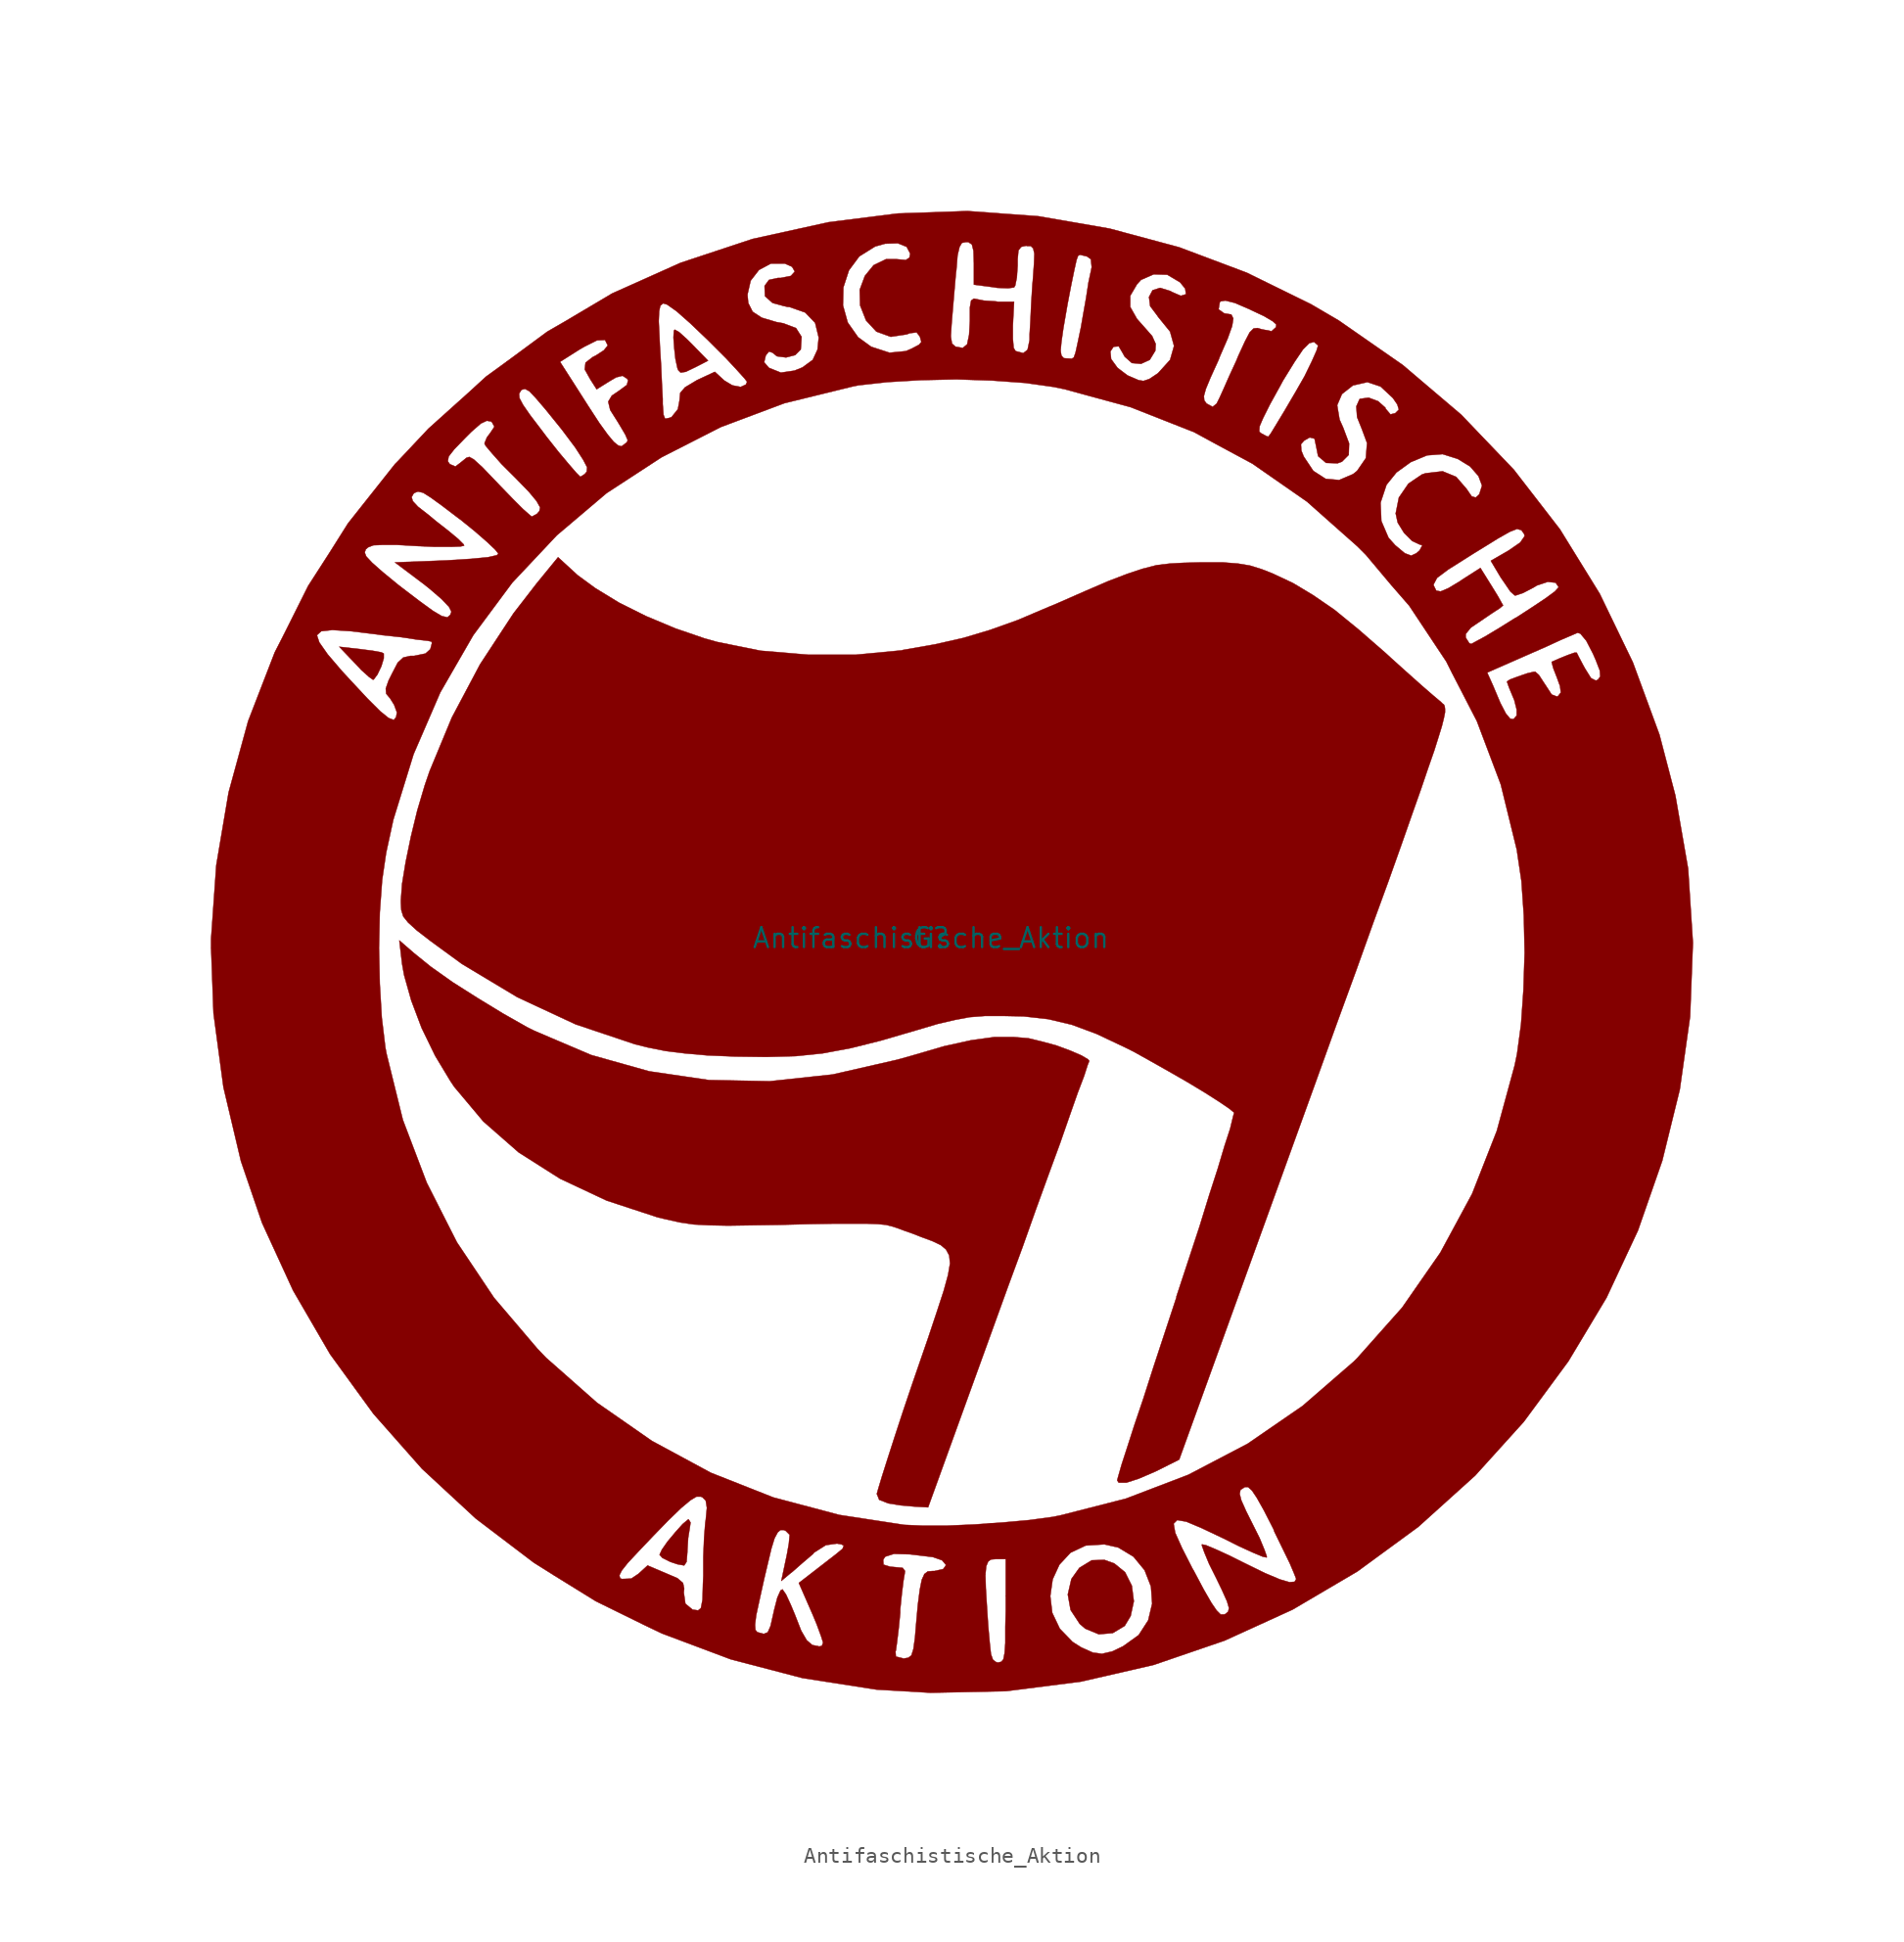
<source format=kicad_sym>
(kicad_symbol_lib
  (version 20220914)
  (generator kicad_symbol_editor)
  (symbol "Antifaschistische_Aktion"
    (pin_names
      (offset 1.016))
    (property "Reference" "G"
      (at -1.27 3.81 0)
      (effects (font (size 1.27 1.27))))
    (property "Value" "Antifaschistische_Aktion"
      (at -1.27 3.81 0)
      (effects (font (size 1.27 1.27))))
    (symbol "Antifaschistische_Aktion_1_1"
      (polyline (pts (xy -36.83 20.32) (xy -36.601 20.625) (xy -36.347 21.158) (xy -36.195 21.666) (xy -36.195 21.971) (xy -36.347 22.047) (xy -36.906 22.149) (xy -37.694 22.25) (xy -39.04 22.403) (xy -38.049 21.361) (xy -37.617 20.904) (xy -37.135 20.472) (xy -36.881 20.295) (xy -36.83 20.32)) (stroke (width 0.025) (type default)) (fill (type outline)))
      (polyline (pts (xy -16.916 39.954) (xy -16.281 40.259) (xy -15.494 40.665) (xy -16.459 41.656) (xy -16.866 42.062) (xy -17.348 42.494) (xy -17.628 42.647) (xy -17.678 42.57) (xy -17.704 42.139) (xy -17.653 41.453) (xy -17.577 40.767) (xy -17.45 40.183) (xy -17.399 40.056) (xy -17.247 39.903) (xy -16.916 39.954)) (stroke (width 0.025) (type default)) (fill (type outline)))
      (polyline (pts (xy 10.338 -40.564) (xy 11.1 -40.107) (xy 11.481 -39.472) (xy 11.684 -38.532) (xy 11.557 -37.541) (xy 11.125 -36.678) (xy 10.439 -36.119) (xy 9.804 -35.89) (xy 8.992 -35.916) (xy 8.204 -36.398) (xy 7.696 -37.109) (xy 7.468 -38.1) (xy 7.645 -39.091) (xy 8.23 -39.98) (xy 8.585 -40.284) (xy 9.449 -40.64) (xy 10.338 -40.564)) (stroke (width 0.025) (type default)) (fill (type outline)))
      (polyline (pts (xy -16.866 -36.017) (xy -16.815 -35.382) (xy -16.815 -35.306) (xy -16.764 -34.493) (xy -16.662 -33.858) (xy -16.612 -33.503) (xy -16.739 -33.299) (xy -16.789 -33.325) (xy -17.12 -33.604) (xy -17.577 -34.112) (xy -18.085 -34.722) (xy -18.44 -35.23) (xy -18.593 -35.56) (xy -18.415 -35.763) (xy -17.907 -36.017) (xy -17.45 -36.17) (xy -17.018 -36.246) (xy -16.866 -36.017)) (stroke (width 0.025) (type default)) (fill (type outline)))
      (polyline (pts (xy 3.683 -18.364) (xy 4.572 -15.951) (xy 5.436 -13.513) (xy 6.248 -11.278) (xy 6.985 -9.271) (xy 7.595 -7.518) (xy 8.103 -6.071) (xy 8.509 -5.004) (xy 8.738 -4.293) (xy 8.839 -4.039) (xy 8.763 -3.937) (xy 8.331 -3.683) (xy 7.62 -3.378) (xy 6.731 -3.048) (xy 5.791 -2.794) (xy 4.953 -2.591) (xy 4.039 -2.515) (xy 2.769 -2.515) (xy 1.295 -2.718) (xy -0.432 -3.099) (xy -2.515 -3.708) (xy -3.429 -3.962) (xy -7.544 -4.902) (xy -11.557 -5.334) (xy -15.443 -5.258) (xy -19.253 -4.699) (xy -22.962 -3.658) (xy -26.594 -2.108) (xy -27.051 -1.88) (xy -28.575 -1.016) (xy -30.201 -0.025) (xy -31.801 0.991) (xy -33.198 1.981) (xy -34.265 2.845) (xy -35.204 3.658) (xy -35.027 2.159) (xy -34.9 1.448) (xy -34.442 -0.178) (xy -33.782 -1.93) (xy -32.918 -3.708) (xy -31.953 -5.309) (xy -31.699 -5.69) (xy -29.845 -7.899) (xy -27.584 -9.881) (xy -24.943 -11.557) (xy -21.971 -12.954) (xy -18.72 -14.021) (xy -18.186 -14.148) (xy -17.272 -14.351) (xy -16.408 -14.478) (xy -15.418 -14.529) (xy -14.224 -14.554) (xy -12.624 -14.529) (xy -10.922 -14.503) (xy -8.992 -14.453) (xy -7.468 -14.427) (xy -5.359 -14.427) (xy -4.674 -14.453) (xy -4.14 -14.503) (xy -3.734 -14.605) (xy -3.353 -14.732) (xy -2.946 -14.884) (xy -2.438 -15.062) (xy -1.854 -15.291) (xy -1.168 -15.545) (xy -0.635 -15.799) (xy -0.305 -16.078) (xy -0.102 -16.459) (xy -0.051 -16.967) (xy -0.178 -17.704) (xy -0.457 -18.72) (xy -0.889 -20.041) (xy -1.448 -21.717) (xy -2.184 -23.851) (xy -2.438 -24.587) (xy -3.048 -26.391) (xy -3.581 -28.016) (xy -4.039 -29.439) (xy -4.394 -30.556) (xy -4.623 -31.318) (xy -4.724 -31.674) (xy -4.572 -32.055) (xy -3.988 -32.283) (xy -3.2 -32.41) (xy -2.337 -32.487) (xy -1.448 -32.537) (xy 3.683 -18.364)) (stroke (width 0.025) (type default)) (fill (type outline)))
      (polyline (pts (xy 11.989 -30.709) (xy 13.056 -30.251) (xy 14.58 -29.489) (xy 23.241 -5.537) (xy 24.613 -1.727) (xy 25.883 1.753) (xy 26.975 4.801) (xy 27.94 7.442) (xy 28.753 9.728) (xy 29.439 11.684) (xy 30.023 13.335) (xy 30.48 14.681) (xy 30.861 15.773) (xy 31.14 16.662) (xy 31.344 17.323) (xy 31.471 17.831) (xy 31.547 18.212) (xy 31.547 18.44) (xy 31.521 18.618) (xy 31.471 18.72) (xy 31.394 18.771) (xy 31.293 18.872) (xy 30.81 19.279) (xy 30.048 19.939) (xy 29.108 20.777) (xy 28.092 21.692) (xy 27.762 21.996) (xy 26.01 23.52) (xy 24.486 24.765) (xy 23.114 25.705) (xy 21.844 26.467) (xy 20.549 27.076) (xy 19.837 27.356) (xy 19.101 27.584) (xy 18.339 27.711) (xy 17.374 27.788) (xy 15.926 27.788) (xy 14.884 27.762) (xy 13.97 27.711) (xy 13.132 27.61) (xy 12.243 27.381) (xy 11.252 27.051) (xy 10.058 26.594) (xy 8.585 25.959) (xy 6.731 25.146) (xy 6.299 24.968) (xy 4.267 24.105) (xy 2.489 23.47) (xy 0.787 22.962) (xy -1.016 22.555) (xy -3.048 22.2) (xy -3.124 22.174) (xy -6.045 21.895) (xy -9.119 21.895) (xy -12.141 22.149) (xy -14.91 22.708) (xy -15.723 22.936) (xy -17.577 23.571) (xy -19.456 24.359) (xy -21.184 25.222) (xy -22.682 26.137) (xy -23.825 26.975) (xy -25.07 28.118) (xy -26.441 26.441) (xy -27.915 24.536) (xy -30.048 21.285) (xy -31.852 17.882) (xy -33.274 14.453) (xy -33.579 13.564) (xy -34.061 11.938) (xy -34.468 10.262) (xy -34.798 8.661) (xy -35.027 7.264) (xy -35.103 6.223) (xy -35.103 6.071) (xy -35.077 5.588) (xy -34.95 5.182) (xy -34.646 4.801) (xy -34.087 4.293) (xy -33.198 3.607) (xy -31.217 2.159) (xy -27.661 0.025) (xy -23.952 -1.702) (xy -20.168 -2.972) (xy -19.355 -3.175) (xy -18.212 -3.404) (xy -16.993 -3.556) (xy -15.57 -3.683) (xy -13.767 -3.759) (xy -11.786 -3.785) (xy -9.906 -3.734) (xy -8.179 -3.556) (xy -6.401 -3.226) (xy -4.47 -2.743) (xy -2.21 -2.083) (xy -0.838 -1.676) (xy 0.254 -1.422) (xy 1.194 -1.245) (xy 2.184 -1.168) (xy 3.378 -1.168) (xy 4.648 -1.194) (xy 6.223 -1.372) (xy 7.722 -1.727) (xy 9.296 -2.311) (xy 11.125 -3.175) (xy 11.684 -3.454) (xy 12.776 -4.064) (xy 13.945 -4.724) (xy 15.138 -5.41) (xy 16.231 -6.071) (xy 17.145 -6.655) (xy 17.78 -7.087) (xy 18.085 -7.341) (xy 18.009 -7.62) (xy 17.831 -8.357) (xy 17.475 -9.449) (xy 17.043 -10.897) (xy 16.485 -12.624) (xy 15.875 -14.605) (xy 15.164 -16.764) (xy 14.402 -19.075) (xy 14.402 -19.126) (xy 13.64 -21.438) (xy 12.929 -23.597) (xy 12.294 -25.578) (xy 11.709 -27.305) (xy 11.252 -28.727) (xy 10.897 -29.82) (xy 10.693 -30.531) (xy 10.617 -30.81) (xy 10.719 -30.963) (xy 11.201 -30.963) (xy 11.989 -30.709)) (stroke (width 0.025) (type default)) (fill (type outline)))
      (polyline (pts (xy 3.531 -44.272) (xy 8.306 -43.663) (xy 12.954 -42.596) (xy 17.475 -41.046) (xy 21.819 -39.065) (xy 25.959 -36.627) (xy 29.845 -33.782) (xy 33.477 -30.505) (xy 36.576 -27.076) (xy 39.421 -23.216) (xy 41.859 -19.152) (xy 43.866 -14.859) (xy 45.415 -10.414) (xy 46.533 -5.867) (xy 47.193 -1.194) (xy 47.371 3.505) (xy 47.066 8.23) (xy 46.253 12.903) (xy 45.237 16.789) (xy 43.536 21.412) (xy 41.427 25.781) (xy 38.887 29.896) (xy 35.941 33.706) (xy 32.588 37.211) (xy 28.854 40.386) (xy 24.765 43.231) (xy 22.987 44.272) (xy 18.898 46.279) (xy 14.58 47.904) (xy 10.135 49.098) (xy 5.588 49.886) (xy 1.067 50.216) (xy -3.378 50.063) (xy -7.798 49.505) (xy -12.649 48.438) (xy -17.247 46.914) (xy -21.615 44.958) (xy -21.742 44.882) (xy -12.979 44.882) (xy -12.776 45.771) (xy -12.243 46.457) (xy -11.481 46.863) (xy -10.592 46.863) (xy -10.135 46.66) (xy -9.957 46.355) (xy -10.211 46.076) (xy -10.846 45.949) (xy -11.024 45.949) (xy -11.608 45.822) (xy -11.887 45.441) (xy -11.887 45.364) (xy -11.862 44.78) (xy -11.379 44.348) (xy -10.82 44.196) (xy -6.883 44.196) (xy -6.858 45.339) (xy -6.502 46.431) (xy -5.842 47.32) (xy -4.826 47.955) (xy -4.191 48.133) (xy -3.378 48.158) (xy -2.819 47.93) (xy -2.591 47.498) (xy -2.642 47.244) (xy -2.87 47.092) (xy -3.454 47.142) (xy -4.14 47.142) (xy -4.928 46.761) (xy -5.486 46.076) (xy -5.817 45.187) (xy -5.791 44.196) (xy -5.41 43.231) (xy -4.75 42.52) (xy -3.835 42.189) (xy -2.819 42.342) (xy -2.616 42.418) (xy -2.184 42.469) (xy -1.981 42.215) (xy 0 42.215) (xy 0.051 43.002) (xy 0.127 43.917) (xy 0.229 45.11) (xy 0.33 46.279) (xy 0.356 46.457) (xy 0.432 47.396) (xy 0.559 47.93) (xy 0.711 48.184) (xy 0.965 48.235) (xy 1.118 48.235) (xy 1.346 48.082) (xy 1.448 47.676) (xy 1.473 46.888) (xy 1.473 45.517) (xy 2.642 45.364) (xy 2.972 45.314) (xy 3.658 45.288) (xy 4.039 45.339) (xy 4.115 45.466) (xy 4.216 45.974) (xy 4.267 46.736) (xy 4.267 47.142) (xy 4.318 47.701) (xy 4.496 47.93) (xy 4.826 48.006) (xy 4.851 47.981) (xy 5.105 47.981) (xy 5.258 47.828) (xy 5.334 47.498) (xy 5.309 46.838) (xy 5.232 45.771) (xy 5.207 45.517) (xy 5.131 44.298) (xy 5.08 43.18) (xy 5.029 42.342) (xy 5.029 41.986) (xy 4.902 41.377) (xy 4.826 41.3) (xy 7.01 41.3) (xy 7.061 41.859) (xy 7.188 42.748) (xy 7.417 44.069) (xy 7.442 44.221) (xy 7.671 45.415) (xy 7.874 46.406) (xy 8.026 47.092) (xy 8.128 47.371) (xy 8.255 47.422) (xy 8.687 47.32) (xy 8.941 47.142) (xy 8.992 46.634) (xy 8.941 46.38) (xy 8.788 45.669) (xy 8.636 44.679) (xy 8.433 43.536) (xy 8.306 42.799) (xy 8.103 41.834) (xy 7.976 41.25) (xy 10.185 41.25) (xy 10.389 41.554) (xy 10.719 41.58) (xy 10.973 41.148) (xy 11.1 40.919) (xy 11.557 40.513) (xy 12.141 40.462) (xy 12.7 40.716) (xy 13.056 41.3) (xy 13.081 41.732) (xy 12.852 42.24) (xy 12.294 42.875) (xy 11.887 43.332) (xy 11.455 44.094) (xy 11.455 44.806) (xy 11.887 45.542) (xy 12.141 45.822) (xy 12.954 46.177) (xy 13.818 46.152) (xy 14.63 45.669) (xy 14.961 45.263) (xy 15.011 44.907) (xy 14.681 44.806) (xy 14.097 45.06) (xy 14.021 45.11) (xy 13.36 45.314) (xy 12.878 45.161) (xy 12.649 44.729) (xy 12.725 44.145) (xy 13.183 43.536) (xy 13.233 43.459) (xy 13.995 42.52) (xy 14.249 41.605) (xy 13.995 40.716) (xy 13.259 39.903) (xy 13.208 39.853) (xy 12.675 39.497) (xy 12.294 39.37) (xy 11.989 39.421) (xy 11.278 39.726) (xy 10.643 40.208) (xy 10.236 40.767) (xy 10.185 41.25) (xy 7.976 41.25) (xy 7.95 41.148) (xy 7.849 40.869) (xy 7.722 40.792) (xy 7.264 40.818) (xy 7.188 40.843) (xy 7.061 40.996) (xy 7.01 41.3) (xy 4.826 41.3) (xy 4.623 41.148) (xy 4.14 41.275) (xy 4.013 41.478) (xy 3.962 42.062) (xy 3.962 42.901) (xy 4.039 44.425) (xy 3.023 44.425) (xy 2.87 44.45) (xy 2.108 44.501) (xy 1.473 44.628) (xy 1.295 44.501) (xy 1.219 44.069) (xy 1.219 43.205) (xy 1.168 42.316) (xy 1.041 41.707) (xy 0.762 41.478) (xy 0.33 41.554) (xy 0.305 41.554) (xy 0.076 41.758) (xy 0 42.215) (xy -1.981 42.215) (xy -1.956 42.139) (xy -1.88 41.859) (xy -2.032 41.681) (xy -2.515 41.427) (xy -2.87 41.275) (xy -3.912 41.173) (xy -5.08 41.554) (xy -5.918 42.164) (xy -6.579 43.104) (xy -6.883 44.196) (xy -10.82 44.196) (xy -10.414 44.094) (xy -10.312 44.094) (xy -9.296 43.739) (xy -8.661 43.078) (xy -8.433 42.139) (xy -8.509 41.377) (xy -8.814 40.716) (xy -9.474 40.234) (xy -9.982 40.03) (xy -10.846 39.903) (xy -11.608 40.208) (xy -11.913 40.564) (xy -11.811 40.996) (xy -11.608 41.25) (xy -11.379 41.173) (xy -11.1 40.945) (xy -10.516 40.869) (xy -9.931 41.021) (xy -9.576 41.377) (xy -9.525 42.189) (xy -9.881 42.748) (xy -10.693 43.053) (xy -11.125 43.129) (xy -12.065 43.409) (xy -12.649 43.79) (xy -12.929 44.348) (xy -12.979 44.882) (xy -21.742 44.882) (xy -24.613 43.18) (xy -18.644 43.18) (xy -18.618 43.815) (xy -18.542 44.171) (xy -18.364 44.323) (xy -18.11 44.247) (xy -17.501 43.815) (xy -16.637 43.053) (xy -15.519 41.986) (xy -14.351 40.818) (xy -13.665 40.081) (xy -13.183 39.548) (xy -13.005 39.319) (xy -13.081 39.141) (xy -13.411 38.989) (xy -13.945 39.091) (xy -14.453 39.395) (xy -15.062 39.954) (xy -16.205 39.421) (xy -16.967 38.964) (xy -17.272 38.608) (xy -17.323 38.1) (xy -17.424 37.567) (xy -17.831 37.059) (xy -17.983 37.008) (xy -18.237 36.957) (xy -18.339 37.211) (xy -18.39 37.897) (xy -18.39 38.227) (xy -18.44 39.167) (xy -18.491 40.335) (xy -18.567 41.58) (xy -18.593 42.139) (xy -18.644 43.18) (xy -24.613 43.18) (xy -25.756 42.52) (xy -28.372 40.589) (xy -24.943 40.589) (xy -23.698 41.377) (xy -23.393 41.554) (xy -22.581 41.961) (xy -22.073 41.986) (xy -21.895 41.631) (xy -21.92 41.605) (xy -22.149 41.326) (xy -22.657 40.996) (xy -22.86 40.894) (xy -23.317 40.538) (xy -23.368 40.107) (xy -23.012 39.472) (xy -22.606 38.837) (xy -21.793 39.345) (xy -21.361 39.599) (xy -20.955 39.7) (xy -20.676 39.522) (xy -20.599 39.421) (xy -20.676 39.116) (xy -21.158 38.76) (xy -21.641 38.43) (xy -21.869 38.049) (xy -21.742 37.516) (xy -21.26 36.754) (xy -21.107 36.5) (xy -20.777 35.941) (xy -20.625 35.585) (xy -20.676 35.458) (xy -21.006 35.204) (xy -21.057 35.204) (xy -21.234 35.255) (xy -21.514 35.484) (xy -21.895 35.941) (xy -22.428 36.678) (xy -23.139 37.77) (xy -24.079 39.243) (xy -24.943 40.589) (xy -28.372 40.589) (xy -29.667 39.649) (xy -30.861 38.557) (xy -27.559 38.557) (xy -27.432 38.76) (xy -27.381 38.811) (xy -27.178 38.862) (xy -26.899 38.71) (xy -26.492 38.278) (xy -25.883 37.567) (xy -25.019 36.5) (xy -24.816 36.246) (xy -23.978 35.128) (xy -23.47 34.341) (xy -23.216 33.858) (xy -23.241 33.579) (xy -23.368 33.426) (xy -23.647 33.249) (xy -23.901 33.503) (xy -24.384 34.061) (xy -25.044 34.849) (xy -25.806 35.814) (xy -26.111 36.22) (xy -26.848 37.186) (xy -27.305 37.846) (xy -27.534 38.278) (xy -27.559 38.557) (xy -30.861 38.557) (xy -33.35 36.322) (xy -35.306 34.239) (xy -32.106 34.239) (xy -32.055 34.544) (xy -31.699 35.001) (xy -31.013 35.712) (xy -30.607 36.119) (xy -29.997 36.652) (xy -29.616 36.83) (xy -29.337 36.779) (xy -29.286 36.728) (xy -29.134 36.449) (xy -29.388 36.068) (xy -29.616 35.763) (xy -29.769 35.382) (xy -29.693 35.23) (xy -29.286 34.747) (xy -28.677 34.061) (xy -27.762 33.147) (xy -26.924 32.283) (xy -26.441 31.699) (xy -26.213 31.293) (xy -26.264 31.064) (xy -26.416 30.886) (xy -26.746 30.709) (xy -26.873 30.81) (xy -27.305 31.191) (xy -27.94 31.826) (xy -28.702 32.614) (xy -29.235 33.172) (xy -29.921 33.884) (xy -30.455 34.366) (xy -30.734 34.519) (xy -30.912 34.468) (xy -31.318 34.138) (xy -31.623 33.909) (xy -31.979 34.061) (xy -32.106 34.239) (xy -35.306 34.239) (xy -35.484 34.061) (xy -38.481 30.277) (xy -39.649 28.423) (xy -37.414 28.423) (xy -37.338 28.626) (xy -37.186 28.753) (xy -36.855 28.88) (xy -36.271 28.905) (xy -35.357 28.905) (xy -34.036 28.829) (xy -32.893 28.778) (xy -31.928 28.778) (xy -31.293 28.804) (xy -31.064 28.854) (xy -31.09 28.931) (xy -31.445 29.286) (xy -32.055 29.794) (xy -32.868 30.429) (xy -33.325 30.81) (xy -34.011 31.344) (xy -34.341 31.699) (xy -34.417 31.953) (xy -34.29 32.182) (xy -34.214 32.233) (xy -34.011 32.309) (xy -33.68 32.233) (xy -33.198 31.928) (xy -32.461 31.394) (xy -31.394 30.582) (xy -31.318 30.531) (xy -30.378 29.769) (xy -29.591 29.083) (xy -29.083 28.6) (xy -28.88 28.346) (xy -28.981 28.245) (xy -29.54 28.118) (xy -30.607 28.016) (xy -32.182 27.915) (xy -35.484 27.788) (xy -33.63 26.391) (xy -33.249 26.086) (xy -32.512 25.451) (xy -32.029 24.943) (xy -31.877 24.638) (xy -31.953 24.435) (xy -32.131 24.282) (xy -32.487 24.359) (xy -33.045 24.689) (xy -33.884 25.298) (xy -35.052 26.187) (xy -35.281 26.365) (xy -36.271 27.178) (xy -36.932 27.762) (xy -37.313 28.169) (xy -37.414 28.423) (xy -39.649 28.423) (xy -41.021 26.289) (xy -42.596 23.139) (xy -40.462 23.139) (xy -40.183 23.393) (xy -39.472 23.47) (xy -38.278 23.393) (xy -36.627 23.19) (xy -36.271 23.139) (xy -35.077 23.012) (xy -34.087 22.86) (xy -33.401 22.784) (xy -33.147 22.733) (xy -33.122 22.631) (xy -33.223 22.25) (xy -33.528 21.971) (xy -34.265 21.819) (xy -34.493 21.819) (xy -34.95 21.717) (xy -35.306 21.387) (xy -35.662 20.701) (xy -35.89 20.244) (xy -36.068 19.736) (xy -36.043 19.406) (xy -35.789 19.101) (xy -35.535 18.694) (xy -35.357 18.212) (xy -35.408 17.907) (xy -35.56 17.729) (xy -35.89 17.856) (xy -36.424 18.288) (xy -37.211 19.075) (xy -38.278 20.218) (xy -38.887 20.879) (xy -39.776 21.92) (xy -40.31 22.682) (xy -40.462 23.139) (xy -42.596 23.139) (xy -43.155 22.047) (xy -44.856 17.653) (xy -46.101 13.106) (xy -46.888 8.458) (xy -47.219 3.759) (xy -47.219 3.175) (xy -36.5 3.175) (xy -36.449 5.436) (xy -36.297 7.518) (xy -36.043 9.246) (xy -35.585 11.354) (xy -34.29 15.545) (xy -32.588 19.482) (xy -30.48 23.139) (xy -27.991 26.492) (xy -25.146 29.515) (xy -21.971 32.207) (xy -18.466 34.493) (xy -14.681 36.424) (xy -10.617 37.948) (xy -6.274 39.014) (xy -5.893 39.091) (xy -4.064 39.294) (xy -1.93 39.421) (xy 0.356 39.472) (xy 2.642 39.395) (xy 4.75 39.243) (xy 6.553 38.989) (xy 7.29 38.837) (xy 8.865 38.405) (xy 16.154 38.405) (xy 16.281 38.862) (xy 16.586 39.599) (xy 17.094 40.716) (xy 17.17 40.919) (xy 17.678 42.088) (xy 17.958 42.875) (xy 18.034 43.358) (xy 17.907 43.612) (xy 17.45 43.688) (xy 17.094 43.942) (xy 17.17 44.399) (xy 17.221 44.45) (xy 17.526 44.501) (xy 18.136 44.348) (xy 19.075 43.942) (xy 19.177 43.891) (xy 19.99 43.51) (xy 20.549 43.18) (xy 20.777 42.977) (xy 20.752 42.799) (xy 20.472 42.545) (xy 19.837 42.672) (xy 19.583 42.748) (xy 19.329 42.723) (xy 19.075 42.469) (xy 18.771 41.885) (xy 18.339 40.945) (xy 18.237 40.691) (xy 17.78 39.7) (xy 17.399 38.837) (xy 17.145 38.278) (xy 16.967 37.922) (xy 16.713 37.719) (xy 16.383 37.897) (xy 16.332 37.922) (xy 16.18 38.125) (xy 16.154 38.405) (xy 8.865 38.405) (xy 11.481 37.694) (xy 15.418 36.144) (xy 19.685 36.144) (xy 19.71 36.474) (xy 19.939 37.008) (xy 20.371 37.871) (xy 21.031 39.065) (xy 21.209 39.395) (xy 21.946 40.589) (xy 22.479 41.377) (xy 22.885 41.783) (xy 23.19 41.859) (xy 23.419 41.656) (xy 23.444 41.631) (xy 23.343 41.3) (xy 23.038 40.615) (xy 22.581 39.675) (xy 21.971 38.608) (xy 21.895 38.481) (xy 21.285 37.44) (xy 20.777 36.601) (xy 20.422 36.017) (xy 20.269 35.814) (xy 20.168 35.839) (xy 19.787 36.043) (xy 19.685 36.144) (xy 15.418 36.144) (xy 15.494 36.119) (xy 16.942 35.331) (xy 22.352 35.331) (xy 22.555 35.56) (xy 22.911 35.763) (xy 23.216 35.687) (xy 23.317 35.204) (xy 23.444 34.569) (xy 23.952 34.138) (xy 24.689 34.112) (xy 24.968 34.214) (xy 25.4 34.646) (xy 25.425 35.382) (xy 25.044 36.398) (xy 24.816 36.906) (xy 24.663 37.821) (xy 24.968 38.532) (xy 25.679 39.091) (xy 25.705 39.091) (xy 26.594 39.294) (xy 27.432 39.014) (xy 28.219 38.278) (xy 28.499 37.871) (xy 28.6 37.541) (xy 28.372 37.313) (xy 28.067 37.236) (xy 27.762 37.592) (xy 27.737 37.668) (xy 27.28 38.075) (xy 26.67 38.303) (xy 26.111 38.227) (xy 26.086 38.202) (xy 25.883 37.744) (xy 25.933 37.059) (xy 26.238 36.297) (xy 26.568 35.408) (xy 26.492 34.442) (xy 25.933 33.63) (xy 25.679 33.426) (xy 24.79 33.045) (xy 23.927 33.122) (xy 23.139 33.63) (xy 22.53 34.544) (xy 22.377 34.925) (xy 22.352 35.331) (xy 16.942 35.331) (xy 19.253 34.087) (xy 22.758 31.648) (xy 22.809 31.598) (xy 27.432 31.598) (xy 27.813 32.741) (xy 28.448 33.528) (xy 29.362 34.188) (xy 30.404 34.62) (xy 31.394 34.696) (xy 32.36 34.392) (xy 33.147 33.909) (xy 33.68 33.299) (xy 33.909 32.69) (xy 33.731 32.131) (xy 33.503 31.928) (xy 33.249 32.004) (xy 32.918 32.487) (xy 32.258 33.249) (xy 31.394 33.604) (xy 30.302 33.477) (xy 30.074 33.401) (xy 29.21 32.817) (xy 28.6 31.928) (xy 28.397 30.912) (xy 28.524 30.328) (xy 28.931 29.667) (xy 29.439 29.159) (xy 29.921 28.931) (xy 30.099 28.88) (xy 29.921 28.55) (xy 29.718 28.372) (xy 29.388 28.219) (xy 28.981 28.372) (xy 28.372 28.88) (xy 27.94 29.362) (xy 27.483 30.429) (xy 27.432 31.598) (xy 22.809 31.598) (xy 25.959 28.804) (xy 26.492 28.27) (xy 28.092 26.365) (xy 30.81 26.365) (xy 31.039 26.797) (xy 31.75 27.33) (xy 32.436 27.762) (xy 33.401 28.372) (xy 34.392 28.981) (xy 34.925 29.312) (xy 35.687 29.743) (xy 36.144 29.921) (xy 36.424 29.845) (xy 36.601 29.591) (xy 36.627 29.464) (xy 36.347 29.058) (xy 35.611 28.55) (xy 34.468 27.889) (xy 35.103 26.822) (xy 35.331 26.492) (xy 35.712 25.933) (xy 35.992 25.679) (xy 36.068 25.679) (xy 36.525 25.832) (xy 37.16 26.162) (xy 37.414 26.314) (xy 38.1 26.543) (xy 38.608 26.492) (xy 38.811 26.187) (xy 38.786 26.187) (xy 38.557 25.933) (xy 37.973 25.502) (xy 37.135 24.943) (xy 36.119 24.282) (xy 36.017 24.232) (xy 35.001 23.597) (xy 34.112 23.063) (xy 33.503 22.733) (xy 33.223 22.581) (xy 33.096 22.631) (xy 32.868 22.987) (xy 32.868 23.216) (xy 33.198 23.622) (xy 33.985 24.155) (xy 34.544 24.536) (xy 35.052 24.867) (xy 35.255 25.044) (xy 35.179 25.171) (xy 34.925 25.629) (xy 34.519 26.289) (xy 33.807 27.432) (xy 32.614 26.67) (xy 32.512 26.594) (xy 31.75 26.137) (xy 31.267 25.933) (xy 30.988 25.984) (xy 30.836 26.289) (xy 30.81 26.365) (xy 28.092 26.365) (xy 29.261 25.019) (xy 31.623 21.463) (xy 31.979 20.752) (xy 34.239 20.752) (xy 36.957 21.946) (xy 37.998 22.403) (xy 38.938 22.835) (xy 40.005 23.292) (xy 40.183 23.241) (xy 40.564 22.784) (xy 40.996 21.946) (xy 41.173 21.539) (xy 41.427 20.879) (xy 41.453 20.498) (xy 41.3 20.295) (xy 41.173 20.244) (xy 40.869 20.396) (xy 40.488 21.006) (xy 40.361 21.234) (xy 40.081 21.768) (xy 39.954 22.022) (xy 39.802 22.022) (xy 39.37 21.869) (xy 38.811 21.641) (xy 38.354 21.438) (xy 38.354 21.412) (xy 38.456 21.031) (xy 38.684 20.447) (xy 38.887 19.888) (xy 38.938 19.482) (xy 38.76 19.253) (xy 38.684 19.228) (xy 38.354 19.355) (xy 37.973 19.939) (xy 37.871 20.091) (xy 37.541 20.599) (xy 37.313 20.803) (xy 37.211 20.803) (xy 36.779 20.701) (xy 36.195 20.498) (xy 35.712 20.32) (xy 35.509 20.193) (xy 35.509 20.142) (xy 35.636 19.787) (xy 35.89 19.177) (xy 35.966 18.999) (xy 36.119 18.39) (xy 36.119 18.009) (xy 35.916 17.78) (xy 35.712 17.805) (xy 35.433 18.136) (xy 35.077 18.821) (xy 34.595 19.964) (xy 34.239 20.752) (xy 31.979 20.752) (xy 33.579 17.653) (xy 35.103 13.614) (xy 36.144 9.373) (xy 36.144 9.322) (xy 36.424 7.442) (xy 36.576 5.232) (xy 36.627 2.87) (xy 36.551 0.483) (xy 36.398 -1.702) (xy 36.144 -3.581) (xy 35.992 -4.318) (xy 34.849 -8.509) (xy 33.274 -12.522) (xy 31.242 -16.281) (xy 28.804 -19.787) (xy 25.959 -22.987) (xy 25.705 -23.241) (xy 22.454 -26.06) (xy 18.948 -28.473) (xy 15.164 -30.455) (xy 11.176 -31.979) (xy 7.01 -33.045) (xy 6.502 -33.147) (xy 5.004 -33.35) (xy 3.302 -33.503) (xy 2.235 -33.579) (xy 14.224 -33.579) (xy 14.453 -33.35) (xy 15.037 -33.452) (xy 16.002 -33.858) (xy 17.399 -34.519) (xy 18.415 -35.027) (xy 19.304 -35.433) (xy 19.914 -35.687) (xy 20.168 -35.738) (xy 20.168 -35.662) (xy 20.015 -35.23) (xy 19.71 -34.493) (xy 18.847 -32.766) (xy 18.542 -32.08) (xy 18.44 -31.674) (xy 18.491 -31.42) (xy 18.694 -31.293) (xy 18.771 -31.242) (xy 18.974 -31.242) (xy 19.228 -31.471) (xy 19.533 -31.928) (xy 19.99 -32.741) (xy 20.599 -33.934) (xy 20.65 -34.087) (xy 21.184 -35.179) (xy 21.641 -36.119) (xy 21.92 -36.779) (xy 22.047 -37.109) (xy 21.946 -37.287) (xy 21.615 -37.313) (xy 21.006 -37.135) (xy 20.041 -36.728) (xy 18.694 -36.068) (xy 17.78 -35.611) (xy 16.891 -35.204) (xy 16.281 -34.95) (xy 16.027 -34.9) (xy 16.027 -34.976) (xy 16.18 -35.408) (xy 16.485 -36.144) (xy 16.942 -37.059) (xy 17.297 -37.795) (xy 17.628 -38.532) (xy 17.755 -38.964) (xy 17.704 -39.192) (xy 17.526 -39.345) (xy 17.45 -39.37) (xy 17.221 -39.37) (xy 16.967 -39.116) (xy 16.637 -38.633) (xy 16.154 -37.795) (xy 15.494 -36.551) (xy 15.443 -36.474) (xy 14.757 -35.128) (xy 14.326 -34.163) (xy 14.224 -33.579) (xy 2.235 -33.579) (xy 1.499 -33.63) (xy -0.254 -33.706) (xy -1.803 -33.706) (xy -2.972 -33.655) (xy -7.112 -33.02) (xy -11.328 -31.902) (xy -15.316 -30.328) (xy -19.075 -28.296) (xy -22.581 -25.857) (xy -25.832 -22.987) (xy -26.391 -22.403) (xy -29.159 -19.152) (xy -31.521 -15.621) (xy -33.452 -11.811) (xy -34.976 -7.798) (xy -36.017 -3.581) (xy -36.093 -3.175) (xy -36.322 -1.27) (xy -36.449 0.889) (xy -36.5 3.175) (xy -47.219 3.175) (xy -47.066 -0.991) (xy -46.431 -5.715) (xy -45.314 -10.439) (xy -43.967 -14.376) (xy -41.986 -18.694) (xy -39.624 -22.758) (xy -36.855 -26.568) (xy -33.757 -30.074) (xy -30.328 -33.249) (xy -26.619 -36.068) (xy -25.324 -36.881) (xy -21.158 -36.881) (xy -21.006 -36.576) (xy -20.625 -36.093) (xy -19.939 -35.357) (xy -18.948 -34.315) (xy -18.034 -33.376) (xy -17.221 -32.588) (xy -16.612 -32.08) (xy -16.231 -31.852) (xy -15.951 -31.852) (xy -15.85 -31.902) (xy -15.646 -32.106) (xy -15.57 -32.563) (xy -15.646 -33.35) (xy -15.672 -33.503) (xy -15.748 -34.468) (xy -15.799 -35.687) (xy -15.799 -36.906) (xy -15.824 -37.465) (xy -15.85 -38.43) (xy -15.951 -38.964) (xy -16.129 -39.116) (xy -16.485 -39.065) (xy -16.942 -38.684) (xy -17.043 -37.973) (xy -17.018 -37.719) (xy -17.094 -37.363) (xy -17.45 -37.059) (xy -18.161 -36.754) (xy -19.355 -36.246) (xy -19.939 -36.779) (xy -20.396 -37.084) (xy -21.006 -37.109) (xy -21.107 -37.059) (xy -21.158 -36.881) (xy -25.324 -36.881) (xy -22.657 -38.532) (xy -19.609 -40.03) (xy -12.497 -40.03) (xy -12.421 -39.421) (xy -12.217 -38.481) (xy -11.913 -37.109) (xy -11.709 -36.246) (xy -11.455 -35.179) (xy -11.252 -34.519) (xy -11.049 -34.138) (xy -10.871 -33.985) (xy -10.668 -33.985) (xy -10.541 -34.036) (xy -10.287 -34.29) (xy -10.338 -34.849) (xy -10.465 -35.56) (xy -10.82 -37.236) (xy -10.211 -36.728) (xy -10.109 -36.652) (xy -9.474 -36.093) (xy -8.788 -35.509) (xy -8.738 -35.433) (xy -7.976 -34.95) (xy -7.264 -34.849) (xy -6.985 -34.9) (xy -6.833 -34.976) (xy -6.909 -35.179) (xy -7.341 -35.535) (xy -7.798 -35.89) (xy -4.318 -35.89) (xy -4.191 -35.687) (xy -3.632 -35.509) (xy -2.616 -35.535) (xy -1.143 -35.712) (xy -0.559 -35.916) (xy -0.305 -36.22) (xy -0.483 -36.474) (xy -1.041 -36.601) (xy -1.143 -36.601) (xy -1.473 -36.627) (xy -1.702 -36.805) (xy -1.702 -36.83) (xy 2.21 -36.83) (xy 2.261 -36.297) (xy 2.388 -35.992) (xy 2.565 -35.865) (xy 2.87 -35.839) (xy 3.505 -35.839) (xy 3.505 -38.202) (xy 6.35 -38.202) (xy 6.502 -37.135) (xy 6.934 -36.195) (xy 7.645 -35.433) (xy 8.611 -34.976) (xy 9.804 -34.9) (xy 10.693 -35.103) (xy 11.659 -35.687) (xy 12.37 -36.551) (xy 12.776 -37.592) (xy 12.852 -38.684) (xy 12.598 -39.751) (xy 11.989 -40.691) (xy 10.998 -41.402) (xy 10.312 -41.732) (xy 9.652 -41.885) (xy 9.068 -41.808) (xy 8.331 -41.478) (xy 7.772 -41.123) (xy 6.96 -40.284) (xy 6.477 -39.268) (xy 6.35 -38.202) (xy 3.505 -38.202) (xy 3.505 -39.141) (xy 3.48 -40.157) (xy 3.48 -41.199) (xy 3.429 -41.859) (xy 3.353 -42.24) (xy 3.226 -42.393) (xy 3.023 -42.443) (xy 2.896 -42.418) (xy 2.692 -42.266) (xy 2.565 -41.91) (xy 2.489 -41.224) (xy 2.388 -40.107) (xy 2.311 -38.938) (xy 2.235 -37.694) (xy 2.21 -36.83) (xy -1.702 -36.83) (xy -1.854 -37.16) (xy -1.981 -37.795) (xy -2.108 -38.786) (xy -2.235 -40.208) (xy -2.286 -40.843) (xy -2.388 -41.58) (xy -2.515 -41.986) (xy -2.718 -42.139) (xy -3.023 -42.189) (xy -3.099 -42.164) (xy -3.505 -42.062) (xy -3.531 -41.732) (xy -3.505 -41.681) (xy -3.429 -41.123) (xy -3.327 -40.284) (xy -3.226 -39.268) (xy -3.226 -39.04) (xy -3.124 -38.049) (xy -3.023 -37.236) (xy -2.946 -36.779) (xy -2.921 -36.601) (xy -3.073 -36.398) (xy -3.632 -36.347) (xy -3.886 -36.322) (xy -4.293 -36.195) (xy -4.318 -35.89) (xy -7.798 -35.89) (xy -9.703 -37.363) (xy -8.814 -39.395) (xy -8.56 -40.005) (xy -8.28 -40.767) (xy -8.153 -41.173) (xy -8.23 -41.377) (xy -8.433 -41.427) (xy -8.433 -41.402) (xy -8.839 -41.326) (xy -9.195 -41.021) (xy -9.55 -40.411) (xy -9.957 -39.37) (xy -10.211 -38.76) (xy -10.516 -38.1) (xy -10.744 -37.77) (xy -10.871 -37.846) (xy -11.074 -38.303) (xy -11.278 -39.091) (xy -11.328 -39.319) (xy -11.506 -40.107) (xy -11.684 -40.513) (xy -11.938 -40.615) (xy -12.319 -40.513) (xy -12.344 -40.513) (xy -12.471 -40.361) (xy -12.497 -40.03) (xy -19.609 -40.03) (xy -18.44 -40.589) (xy -14.046 -42.24) (xy -9.474 -43.434) (xy -4.75 -44.171) (xy -1.295 -44.374) (xy 3.531 -44.272)) (stroke (width 0.025) (type default)) (fill (type outline))))))
</source>
